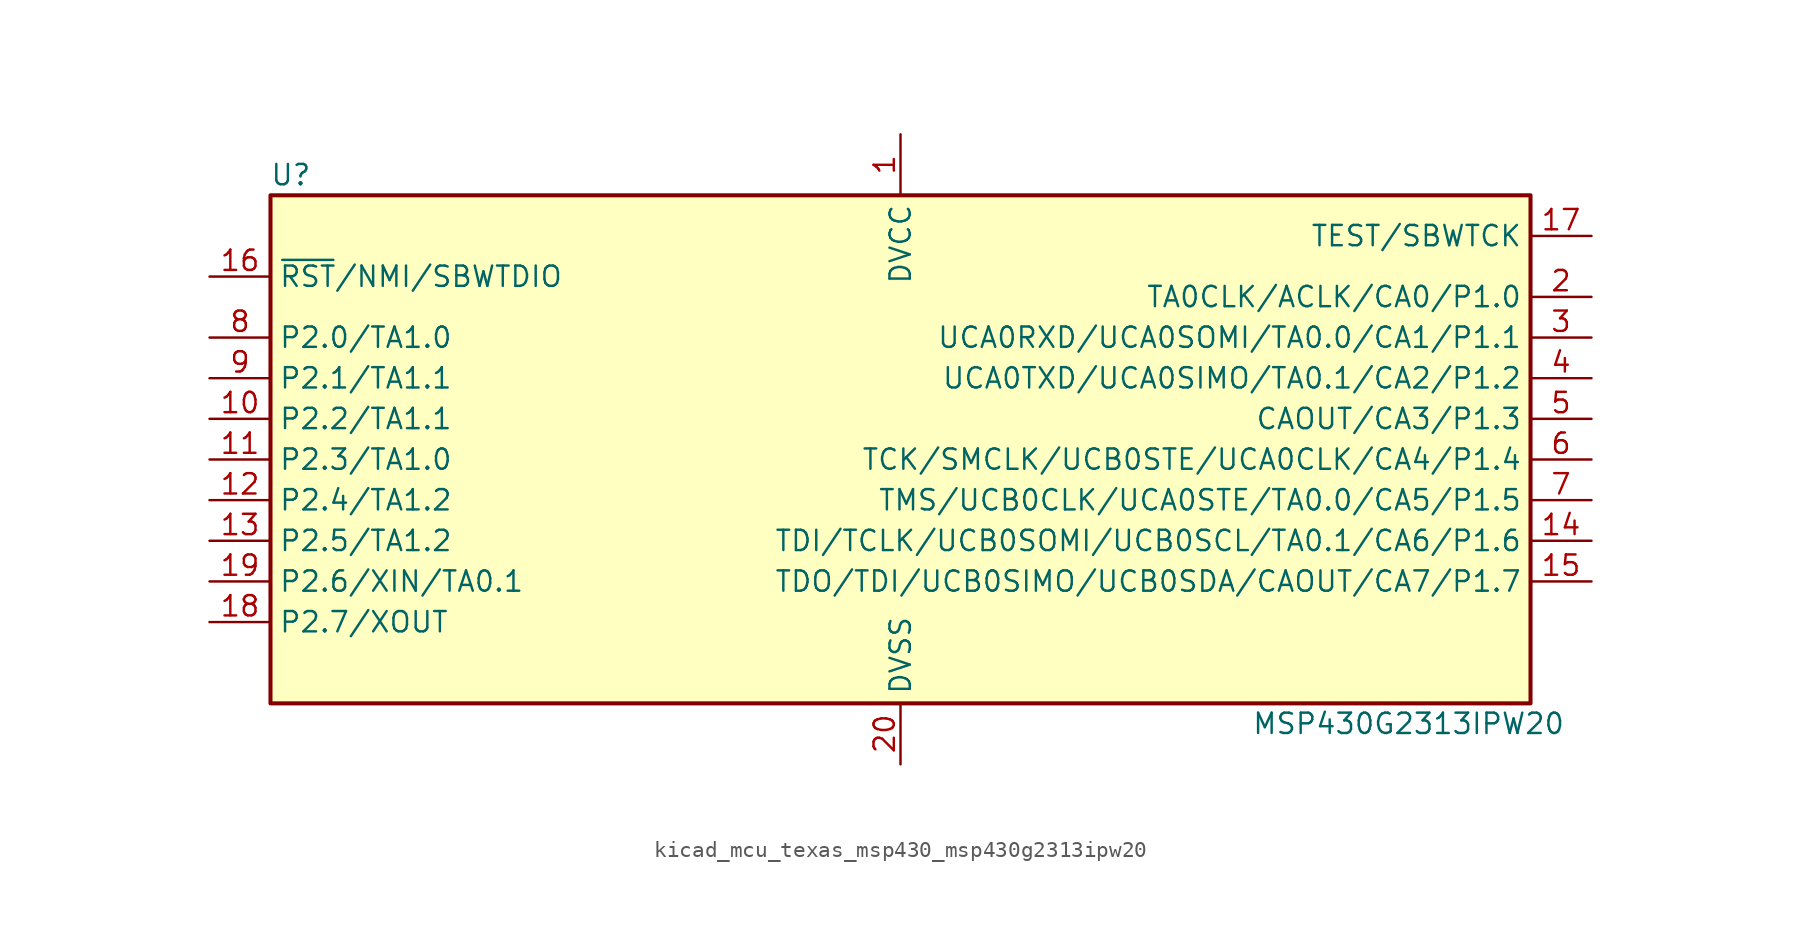
<source format=kicad_sym>
(kicad_symbol_lib
  (version 20220914)
  (generator kicad_symbol_editor)
  (symbol "kicad_mcu_texas_msp430_msp430g2313ipw20"
    (property "Reference" "U"
      (at -38.1 17.78 0)
      (effects (font (size 1.27 1.27))))
    (property "Value" "MSP430G2313IPW20"
      (at 31.75 -16.51 0)
      (effects (font (size 1.27 1.27))))
    (symbol "kicad_mcu_texas_msp430_msp430g2313ipw20_0_1"
      (rectangle (start -39.37 16.51) (end 39.37 -15.24) (stroke (width 0.254) (type default)) (fill (type background))))
    (symbol "kicad_mcu_texas_msp430_msp430g2313ipw20_1_1"
      (pin power_in line (at 0 20.32 270) (length 3.81) (name "DVCC" (effects (font (size 1.27 1.27)))) (number "1" (effects (font (size 1.27 1.27)))))
      (pin bidirectional line (at -43.18 2.54 0) (length 3.81) (name "P2.2/TA1.1" (effects (font (size 1.27 1.27)))) (number "10" (effects (font (size 1.27 1.27)))))
      (pin bidirectional line (at -43.18 0 0) (length 3.81) (name "P2.3/TA1.0" (effects (font (size 1.27 1.27)))) (number "11" (effects (font (size 1.27 1.27)))))
      (pin bidirectional line (at -43.18 -2.54 0) (length 3.81) (name "P2.4/TA1.2" (effects (font (size 1.27 1.27)))) (number "12" (effects (font (size 1.27 1.27)))))
      (pin bidirectional line (at -43.18 -5.08 0) (length 3.81) (name "P2.5/TA1.2" (effects (font (size 1.27 1.27)))) (number "13" (effects (font (size 1.27 1.27)))))
      (pin bidirectional line (at 43.18 -5.08 180) (length 3.81) (name "TDI/TCLK/UCB0SOMI/UCB0SCL/TA0.1/CA6/P1.6" (effects (font (size 1.27 1.27)))) (number "14" (effects (font (size 1.27 1.27)))))
      (pin bidirectional line (at 43.18 -7.62 180) (length 3.81) (name "TDO/TDI/UCB0SIMO/UCB0SDA/CAOUT/CA7/P1.7" (effects (font (size 1.27 1.27)))) (number "15" (effects (font (size 1.27 1.27)))))
      (pin input line (at -43.18 11.43 0) (length 3.81) (name "~{RST}/NMI/SBWTDIO" (effects (font (size 1.27 1.27)))) (number "16" (effects (font (size 1.27 1.27)))))
      (pin input line (at 43.18 13.97 180) (length 3.81) (name "TEST/SBWTCK" (effects (font (size 1.27 1.27)))) (number "17" (effects (font (size 1.27 1.27)))))
      (pin bidirectional line (at -43.18 -10.16 0) (length 3.81) (name "P2.7/XOUT" (effects (font (size 1.27 1.27)))) (number "18" (effects (font (size 1.27 1.27)))))
      (pin bidirectional line (at -43.18 -7.62 0) (length 3.81) (name "P2.6/XIN/TA0.1" (effects (font (size 1.27 1.27)))) (number "19" (effects (font (size 1.27 1.27)))))
      (pin bidirectional line (at 43.18 10.16 180) (length 3.81) (name "TA0CLK/ACLK/CA0/P1.0" (effects (font (size 1.27 1.27)))) (number "2" (effects (font (size 1.27 1.27)))))
      (pin power_in line (at 0 -19.05 90) (length 3.81) (name "DVSS" (effects (font (size 1.27 1.27)))) (number "20" (effects (font (size 1.27 1.27)))))
      (pin bidirectional line (at 43.18 7.62 180) (length 3.81) (name "UCA0RXD/UCA0SOMI/TA0.0/CA1/P1.1" (effects (font (size 1.27 1.27)))) (number "3" (effects (font (size 1.27 1.27)))))
      (pin bidirectional line (at 43.18 5.08 180) (length 3.81) (name "UCA0TXD/UCA0SIMO/TA0.1/CA2/P1.2" (effects (font (size 1.27 1.27)))) (number "4" (effects (font (size 1.27 1.27)))))
      (pin bidirectional line (at 43.18 2.54 180) (length 3.81) (name "CAOUT/CA3/P1.3" (effects (font (size 1.27 1.27)))) (number "5" (effects (font (size 1.27 1.27)))))
      (pin bidirectional line (at 43.18 0 180) (length 3.81) (name "TCK/SMCLK/UCB0STE/UCA0CLK/CA4/P1.4" (effects (font (size 1.27 1.27)))) (number "6" (effects (font (size 1.27 1.27)))))
      (pin bidirectional line (at 43.18 -2.54 180) (length 3.81) (name "TMS/UCB0CLK/UCA0STE/TA0.0/CA5/P1.5" (effects (font (size 1.27 1.27)))) (number "7" (effects (font (size 1.27 1.27)))))
      (pin bidirectional line (at -43.18 7.62 0) (length 3.81) (name "P2.0/TA1.0" (effects (font (size 1.27 1.27)))) (number "8" (effects (font (size 1.27 1.27)))))
      (pin bidirectional line (at -43.18 5.08 0) (length 3.81) (name "P2.1/TA1.1" (effects (font (size 1.27 1.27)))) (number "9" (effects (font (size 1.27 1.27))))))))
</source>
